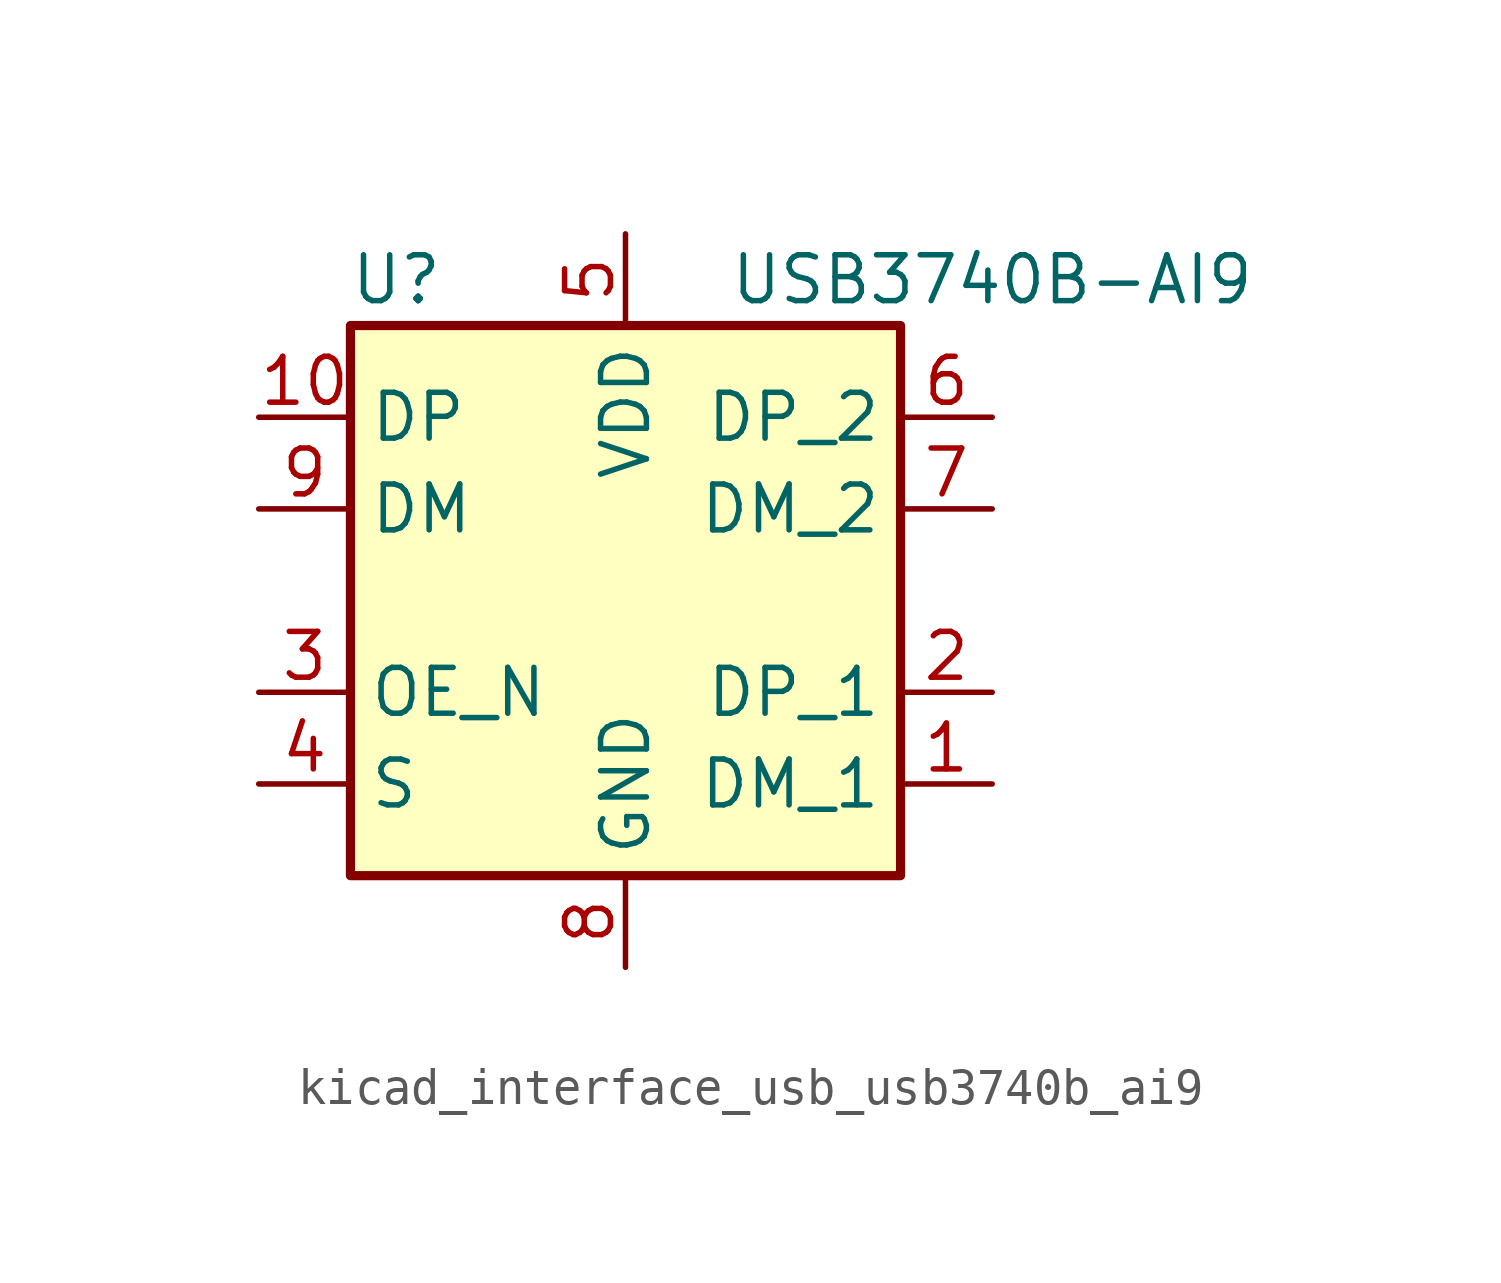
<source format=kicad_sym>
(kicad_symbol_lib
  (version 20220914)
  (generator kicad_symbol_editor)
  (symbol "kicad_interface_usb_usb3740b_ai9"
    (property "Reference" "U"
      (at -6.35 8.89 0)
      (effects (font (size 1.27 1.27))))
    (property "Value" "USB3740B-AI9"
      (at 10.16 8.89 0)
      (effects (font (size 1.27 1.27))))
    (symbol "kicad_interface_usb_usb3740b_ai9_0_1"
      (rectangle (start 7.62 7.62) (end -7.62 -7.62) (stroke (width 0.254) (type default)) (fill (type background))))
    (symbol "kicad_interface_usb_usb3740b_ai9_1_1"
      (pin bidirectional line (at 10.16 -5.08 180) (length 2.54) (name "DM_1" (effects (font (size 1.27 1.27)))) (number "1" (effects (font (size 1.27 1.27)))))
      (pin bidirectional line (at -10.16 5.08 0) (length 2.54) (name "DP" (effects (font (size 1.27 1.27)))) (number "10" (effects (font (size 1.27 1.27)))))
      (pin bidirectional line (at 10.16 -2.54 180) (length 2.54) (name "DP_1" (effects (font (size 1.27 1.27)))) (number "2" (effects (font (size 1.27 1.27)))))
      (pin input line (at -10.16 -2.54 0) (length 2.54) (name "OE_N" (effects (font (size 1.27 1.27)))) (number "3" (effects (font (size 1.27 1.27)))))
      (pin input line (at -10.16 -5.08 0) (length 2.54) (name "S" (effects (font (size 1.27 1.27)))) (number "4" (effects (font (size 1.27 1.27)))))
      (pin power_in line (at 0 10.16 270) (length 2.54) (name "VDD" (effects (font (size 1.27 1.27)))) (number "5" (effects (font (size 1.27 1.27)))))
      (pin bidirectional line (at 10.16 5.08 180) (length 2.54) (name "DP_2" (effects (font (size 1.27 1.27)))) (number "6" (effects (font (size 1.27 1.27)))))
      (pin bidirectional line (at 10.16 2.54 180) (length 2.54) (name "DM_2" (effects (font (size 1.27 1.27)))) (number "7" (effects (font (size 1.27 1.27)))))
      (pin power_in line (at 0 -10.16 90) (length 2.54) (name "GND" (effects (font (size 1.27 1.27)))) (number "8" (effects (font (size 1.27 1.27)))))
      (pin bidirectional line (at -10.16 2.54 0) (length 2.54) (name "DM" (effects (font (size 1.27 1.27)))) (number "9" (effects (font (size 1.27 1.27))))))))
</source>
